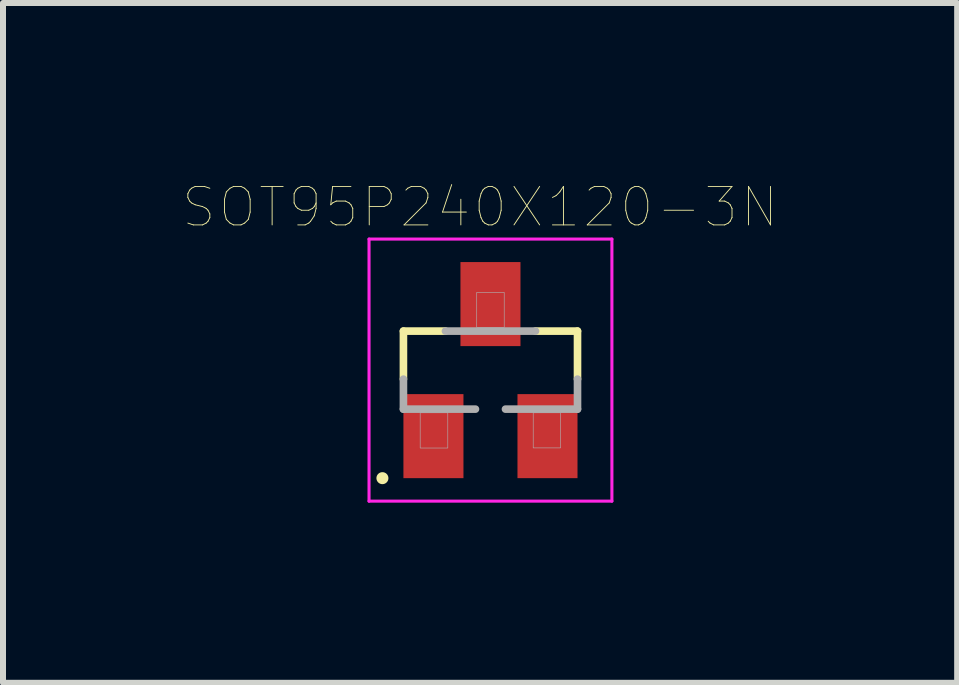
<source format=kicad_pcb>
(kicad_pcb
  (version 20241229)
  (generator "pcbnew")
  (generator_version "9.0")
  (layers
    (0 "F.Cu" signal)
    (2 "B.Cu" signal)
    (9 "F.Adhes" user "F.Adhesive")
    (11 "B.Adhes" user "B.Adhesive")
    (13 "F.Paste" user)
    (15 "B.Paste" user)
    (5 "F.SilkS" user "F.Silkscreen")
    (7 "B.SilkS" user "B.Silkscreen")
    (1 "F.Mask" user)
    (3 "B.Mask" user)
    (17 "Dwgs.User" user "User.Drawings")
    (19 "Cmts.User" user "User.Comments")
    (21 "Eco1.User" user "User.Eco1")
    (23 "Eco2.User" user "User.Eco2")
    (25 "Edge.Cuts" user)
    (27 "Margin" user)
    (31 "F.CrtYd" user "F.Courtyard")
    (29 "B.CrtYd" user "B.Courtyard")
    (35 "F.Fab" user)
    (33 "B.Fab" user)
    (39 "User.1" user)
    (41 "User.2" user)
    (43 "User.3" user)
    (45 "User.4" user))
  (footprint "SOT95P240X120-3N"
    (layer "F.Cu")
    (at 5.121 3.116)
    (property "Reference" "SOT95P240X120-3N" (at -0.173 -2.715 0) (layer "F.SilkS") (effects (font (size 0.641 0.641) (thickness 0.015))))
    (attr through_hole)
    (fp_line (start -1.45 -0.65) (end -1.45 0.15) (stroke (width 0.127) (type solid)) (layer "F.SilkS"))
    (fp_line (start -1.45 -0.65) (end -0.75 -0.65) (stroke (width 0.127) (type solid)) (layer "F.SilkS"))
    (fp_line (start 1.45 -0.65) (end 0.75 -0.65) (stroke (width 0.127) (type solid)) (layer "F.SilkS"))
    (fp_line (start 1.45 -0.65) (end 1.45 0.15) (stroke (width 0.127) (type solid)) (layer "F.SilkS"))
    (fp_circle (center -1.8 1.8) (end -1.7 1.8) (stroke (width 0) (type solid)) (fill yes) (layer "F.SilkS"))
    (fp_line (start -2.023 -2.183) (end 2.023 -2.183) (stroke (width 0.051) (type solid)) (layer "F.CrtYd"))
    (fp_line (start -2.023 2.183) (end -2.023 -2.183) (stroke (width 0.051) (type solid)) (layer "F.CrtYd"))
    (fp_line (start 2.023 -2.183) (end 2.023 2.183) (stroke (width 0.051) (type solid)) (layer "F.CrtYd"))
    (fp_line (start 2.023 2.183) (end -2.023 2.183) (stroke (width 0.051) (type solid)) (layer "F.CrtYd"))
    (fp_line (start -1.45 0.15) (end -1.45 0.65) (stroke (width 0.127) (type solid)) (layer "F.Fab"))
    (fp_line (start -1.45 0.65) (end -0.25 0.65) (stroke (width 0.127) (type solid)) (layer "F.Fab"))
    (fp_line (start -0.75 -0.65) (end 0.75 -0.65) (stroke (width 0.127) (type solid)) (layer "F.Fab"))
    (fp_line (start 0.25 0.65) (end 1.45 0.65) (stroke (width 0.127) (type solid)) (layer "F.Fab"))
    (fp_line (start 1.45 0.65) (end 1.45 0.15) (stroke (width 0.127) (type solid)) (layer "F.Fab"))
    (fp_poly (pts (xy -1.171 0.711) (xy -0.711 0.711) (xy -0.711 1.298) (xy -1.171 1.298)) (stroke (width 0.01) (type solid)) (fill no) (layer "F.Fab"))
    (fp_poly (pts (xy -0.229 -1.295) (xy 0.229 -1.295) (xy 0.229 -0.711) (xy -0.229 -0.711)) (stroke (width 0.01) (type solid)) (fill no) (layer "F.Fab"))
    (fp_poly (pts (xy 0.712 0.711) (xy 1.168 0.711) (xy 1.168 1.296) (xy 0.712 1.296)) (stroke (width 0.01) (type solid)) (fill no) (layer "F.Fab"))
    (pad "1" smd rect (at -0.95 1.1) (size 1 1.4) (layers "F.Cu" "F.Mask" "F.Paste"))
    (pad "2" smd rect (at 0.95 1.1) (size 1 1.4) (layers "F.Cu" "F.Mask" "F.Paste"))
    (pad "3" smd rect (at 0 -1.1) (size 1 1.4) (layers "F.Cu" "F.Mask" "F.Paste")))
  (gr_rect
    (start -3 -3)
    (end 12.896 8.325)
    (stroke (width 0.1) (type default))
    (fill no)
    (layer "Edge.Cuts")))
</source>
